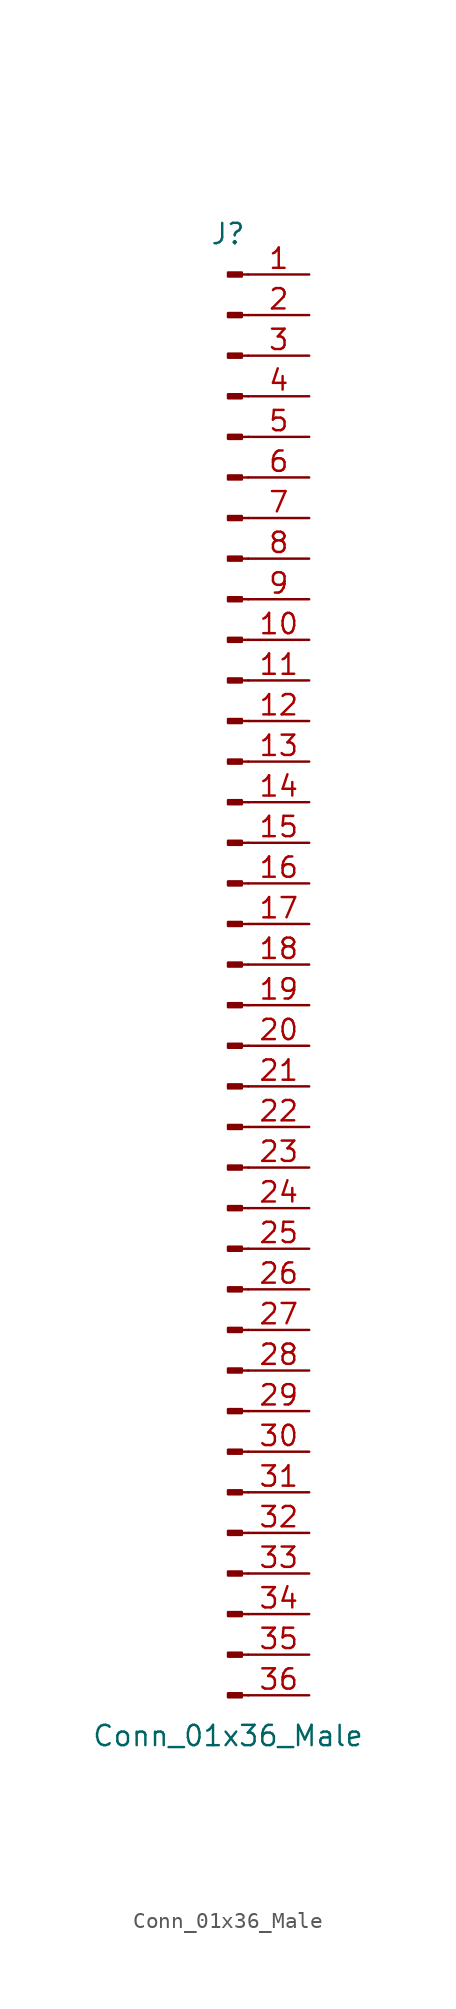
<source format=kicad_sym>
(kicad_symbol_lib
  (version 20220914)
  (generator kicad_symbol_editor)
  (symbol "Conn_01x36_Male"
    (pin_names
      (offset 1.016) hide)
    (property "Reference" "J"
      (at 0 45.72 0)
      (effects (font (size 1.27 1.27))))
    (property "Value" "Conn_01x36_Male"
      (at 0 -48.26 0)
      (effects (font (size 1.27 1.27))))
    (symbol "Conn_01x36_Male_1_1"
      (polyline (pts (xy 1.27 -45.72) (xy 0.864 -45.72)) (stroke (width 0.152) (type default)) (fill (type none)))
      (polyline (pts (xy 1.27 -43.18) (xy 0.864 -43.18)) (stroke (width 0.152) (type default)) (fill (type none)))
      (polyline (pts (xy 1.27 -40.64) (xy 0.864 -40.64)) (stroke (width 0.152) (type default)) (fill (type none)))
      (polyline (pts (xy 1.27 -38.1) (xy 0.864 -38.1)) (stroke (width 0.152) (type default)) (fill (type none)))
      (polyline (pts (xy 1.27 -35.56) (xy 0.864 -35.56)) (stroke (width 0.152) (type default)) (fill (type none)))
      (polyline (pts (xy 1.27 -33.02) (xy 0.864 -33.02)) (stroke (width 0.152) (type default)) (fill (type none)))
      (polyline (pts (xy 1.27 -30.48) (xy 0.864 -30.48)) (stroke (width 0.152) (type default)) (fill (type none)))
      (polyline (pts (xy 1.27 -27.94) (xy 0.864 -27.94)) (stroke (width 0.152) (type default)) (fill (type none)))
      (polyline (pts (xy 1.27 -25.4) (xy 0.864 -25.4)) (stroke (width 0.152) (type default)) (fill (type none)))
      (polyline (pts (xy 1.27 -22.86) (xy 0.864 -22.86)) (stroke (width 0.152) (type default)) (fill (type none)))
      (polyline (pts (xy 1.27 -20.32) (xy 0.864 -20.32)) (stroke (width 0.152) (type default)) (fill (type none)))
      (polyline (pts (xy 1.27 -17.78) (xy 0.864 -17.78)) (stroke (width 0.152) (type default)) (fill (type none)))
      (polyline (pts (xy 1.27 -15.24) (xy 0.864 -15.24)) (stroke (width 0.152) (type default)) (fill (type none)))
      (polyline (pts (xy 1.27 -12.7) (xy 0.864 -12.7)) (stroke (width 0.152) (type default)) (fill (type none)))
      (polyline (pts (xy 1.27 -10.16) (xy 0.864 -10.16)) (stroke (width 0.152) (type default)) (fill (type none)))
      (polyline (pts (xy 1.27 -7.62) (xy 0.864 -7.62)) (stroke (width 0.152) (type default)) (fill (type none)))
      (polyline (pts (xy 1.27 -5.08) (xy 0.864 -5.08)) (stroke (width 0.152) (type default)) (fill (type none)))
      (polyline (pts (xy 1.27 -2.54) (xy 0.864 -2.54)) (stroke (width 0.152) (type default)) (fill (type none)))
      (polyline (pts (xy 1.27 0) (xy 0.864 0)) (stroke (width 0.152) (type default)) (fill (type none)))
      (polyline (pts (xy 1.27 2.54) (xy 0.864 2.54)) (stroke (width 0.152) (type default)) (fill (type none)))
      (polyline (pts (xy 1.27 5.08) (xy 0.864 5.08)) (stroke (width 0.152) (type default)) (fill (type none)))
      (polyline (pts (xy 1.27 7.62) (xy 0.864 7.62)) (stroke (width 0.152) (type default)) (fill (type none)))
      (polyline (pts (xy 1.27 10.16) (xy 0.864 10.16)) (stroke (width 0.152) (type default)) (fill (type none)))
      (polyline (pts (xy 1.27 12.7) (xy 0.864 12.7)) (stroke (width 0.152) (type default)) (fill (type none)))
      (polyline (pts (xy 1.27 15.24) (xy 0.864 15.24)) (stroke (width 0.152) (type default)) (fill (type none)))
      (polyline (pts (xy 1.27 17.78) (xy 0.864 17.78)) (stroke (width 0.152) (type default)) (fill (type none)))
      (polyline (pts (xy 1.27 20.32) (xy 0.864 20.32)) (stroke (width 0.152) (type default)) (fill (type none)))
      (polyline (pts (xy 1.27 22.86) (xy 0.864 22.86)) (stroke (width 0.152) (type default)) (fill (type none)))
      (polyline (pts (xy 1.27 25.4) (xy 0.864 25.4)) (stroke (width 0.152) (type default)) (fill (type none)))
      (polyline (pts (xy 1.27 27.94) (xy 0.864 27.94)) (stroke (width 0.152) (type default)) (fill (type none)))
      (polyline (pts (xy 1.27 30.48) (xy 0.864 30.48)) (stroke (width 0.152) (type default)) (fill (type none)))
      (polyline (pts (xy 1.27 33.02) (xy 0.864 33.02)) (stroke (width 0.152) (type default)) (fill (type none)))
      (polyline (pts (xy 1.27 35.56) (xy 0.864 35.56)) (stroke (width 0.152) (type default)) (fill (type none)))
      (polyline (pts (xy 1.27 38.1) (xy 0.864 38.1)) (stroke (width 0.152) (type default)) (fill (type none)))
      (polyline (pts (xy 1.27 40.64) (xy 0.864 40.64)) (stroke (width 0.152) (type default)) (fill (type none)))
      (polyline (pts (xy 1.27 43.18) (xy 0.864 43.18)) (stroke (width 0.152) (type default)) (fill (type none)))
      (rectangle (start 0.864 -45.593) (end 0 -45.847) (stroke (width 0.152) (type default)) (fill (type outline)))
      (rectangle (start 0.864 -43.053) (end 0 -43.307) (stroke (width 0.152) (type default)) (fill (type outline)))
      (rectangle (start 0.864 -40.513) (end 0 -40.767) (stroke (width 0.152) (type default)) (fill (type outline)))
      (rectangle (start 0.864 -37.973) (end 0 -38.227) (stroke (width 0.152) (type default)) (fill (type outline)))
      (rectangle (start 0.864 -35.433) (end 0 -35.687) (stroke (width 0.152) (type default)) (fill (type outline)))
      (rectangle (start 0.864 -32.893) (end 0 -33.147) (stroke (width 0.152) (type default)) (fill (type outline)))
      (rectangle (start 0.864 -30.353) (end 0 -30.607) (stroke (width 0.152) (type default)) (fill (type outline)))
      (rectangle (start 0.864 -27.813) (end 0 -28.067) (stroke (width 0.152) (type default)) (fill (type outline)))
      (rectangle (start 0.864 -25.273) (end 0 -25.527) (stroke (width 0.152) (type default)) (fill (type outline)))
      (rectangle (start 0.864 -22.733) (end 0 -22.987) (stroke (width 0.152) (type default)) (fill (type outline)))
      (rectangle (start 0.864 -20.193) (end 0 -20.447) (stroke (width 0.152) (type default)) (fill (type outline)))
      (rectangle (start 0.864 -17.653) (end 0 -17.907) (stroke (width 0.152) (type default)) (fill (type outline)))
      (rectangle (start 0.864 -15.113) (end 0 -15.367) (stroke (width 0.152) (type default)) (fill (type outline)))
      (rectangle (start 0.864 -12.573) (end 0 -12.827) (stroke (width 0.152) (type default)) (fill (type outline)))
      (rectangle (start 0.864 -10.033) (end 0 -10.287) (stroke (width 0.152) (type default)) (fill (type outline)))
      (rectangle (start 0.864 -7.493) (end 0 -7.747) (stroke (width 0.152) (type default)) (fill (type outline)))
      (rectangle (start 0.864 -4.953) (end 0 -5.207) (stroke (width 0.152) (type default)) (fill (type outline)))
      (rectangle (start 0.864 -2.413) (end 0 -2.667) (stroke (width 0.152) (type default)) (fill (type outline)))
      (rectangle (start 0.864 0.127) (end 0 -0.127) (stroke (width 0.152) (type default)) (fill (type outline)))
      (rectangle (start 0.864 2.667) (end 0 2.413) (stroke (width 0.152) (type default)) (fill (type outline)))
      (rectangle (start 0.864 5.207) (end 0 4.953) (stroke (width 0.152) (type default)) (fill (type outline)))
      (rectangle (start 0.864 7.747) (end 0 7.493) (stroke (width 0.152) (type default)) (fill (type outline)))
      (rectangle (start 0.864 10.287) (end 0 10.033) (stroke (width 0.152) (type default)) (fill (type outline)))
      (rectangle (start 0.864 12.827) (end 0 12.573) (stroke (width 0.152) (type default)) (fill (type outline)))
      (rectangle (start 0.864 15.367) (end 0 15.113) (stroke (width 0.152) (type default)) (fill (type outline)))
      (rectangle (start 0.864 17.907) (end 0 17.653) (stroke (width 0.152) (type default)) (fill (type outline)))
      (rectangle (start 0.864 20.447) (end 0 20.193) (stroke (width 0.152) (type default)) (fill (type outline)))
      (rectangle (start 0.864 22.987) (end 0 22.733) (stroke (width 0.152) (type default)) (fill (type outline)))
      (rectangle (start 0.864 25.527) (end 0 25.273) (stroke (width 0.152) (type default)) (fill (type outline)))
      (rectangle (start 0.864 28.067) (end 0 27.813) (stroke (width 0.152) (type default)) (fill (type outline)))
      (rectangle (start 0.864 30.607) (end 0 30.353) (stroke (width 0.152) (type default)) (fill (type outline)))
      (rectangle (start 0.864 33.147) (end 0 32.893) (stroke (width 0.152) (type default)) (fill (type outline)))
      (rectangle (start 0.864 35.687) (end 0 35.433) (stroke (width 0.152) (type default)) (fill (type outline)))
      (rectangle (start 0.864 38.227) (end 0 37.973) (stroke (width 0.152) (type default)) (fill (type outline)))
      (rectangle (start 0.864 40.767) (end 0 40.513) (stroke (width 0.152) (type default)) (fill (type outline)))
      (rectangle (start 0.864 43.307) (end 0 43.053) (stroke (width 0.152) (type default)) (fill (type outline)))
      (pin passive line (at 5.08 43.18 180) (length 3.81) (name "Pin_1" (effects (font (size 1.27 1.27)))) (number "1" (effects (font (size 1.27 1.27)))))
      (pin passive line (at 5.08 20.32 180) (length 3.81) (name "Pin_10" (effects (font (size 1.27 1.27)))) (number "10" (effects (font (size 1.27 1.27)))))
      (pin passive line (at 5.08 17.78 180) (length 3.81) (name "Pin_11" (effects (font (size 1.27 1.27)))) (number "11" (effects (font (size 1.27 1.27)))))
      (pin passive line (at 5.08 15.24 180) (length 3.81) (name "Pin_12" (effects (font (size 1.27 1.27)))) (number "12" (effects (font (size 1.27 1.27)))))
      (pin passive line (at 5.08 12.7 180) (length 3.81) (name "Pin_13" (effects (font (size 1.27 1.27)))) (number "13" (effects (font (size 1.27 1.27)))))
      (pin passive line (at 5.08 10.16 180) (length 3.81) (name "Pin_14" (effects (font (size 1.27 1.27)))) (number "14" (effects (font (size 1.27 1.27)))))
      (pin passive line (at 5.08 7.62 180) (length 3.81) (name "Pin_15" (effects (font (size 1.27 1.27)))) (number "15" (effects (font (size 1.27 1.27)))))
      (pin passive line (at 5.08 5.08 180) (length 3.81) (name "Pin_16" (effects (font (size 1.27 1.27)))) (number "16" (effects (font (size 1.27 1.27)))))
      (pin passive line (at 5.08 2.54 180) (length 3.81) (name "Pin_17" (effects (font (size 1.27 1.27)))) (number "17" (effects (font (size 1.27 1.27)))))
      (pin passive line (at 5.08 0 180) (length 3.81) (name "Pin_18" (effects (font (size 1.27 1.27)))) (number "18" (effects (font (size 1.27 1.27)))))
      (pin passive line (at 5.08 -2.54 180) (length 3.81) (name "Pin_19" (effects (font (size 1.27 1.27)))) (number "19" (effects (font (size 1.27 1.27)))))
      (pin passive line (at 5.08 40.64 180) (length 3.81) (name "Pin_2" (effects (font (size 1.27 1.27)))) (number "2" (effects (font (size 1.27 1.27)))))
      (pin passive line (at 5.08 -5.08 180) (length 3.81) (name "Pin_20" (effects (font (size 1.27 1.27)))) (number "20" (effects (font (size 1.27 1.27)))))
      (pin passive line (at 5.08 -7.62 180) (length 3.81) (name "Pin_21" (effects (font (size 1.27 1.27)))) (number "21" (effects (font (size 1.27 1.27)))))
      (pin passive line (at 5.08 -10.16 180) (length 3.81) (name "Pin_22" (effects (font (size 1.27 1.27)))) (number "22" (effects (font (size 1.27 1.27)))))
      (pin passive line (at 5.08 -12.7 180) (length 3.81) (name "Pin_23" (effects (font (size 1.27 1.27)))) (number "23" (effects (font (size 1.27 1.27)))))
      (pin passive line (at 5.08 -15.24 180) (length 3.81) (name "Pin_24" (effects (font (size 1.27 1.27)))) (number "24" (effects (font (size 1.27 1.27)))))
      (pin passive line (at 5.08 -17.78 180) (length 3.81) (name "Pin_25" (effects (font (size 1.27 1.27)))) (number "25" (effects (font (size 1.27 1.27)))))
      (pin passive line (at 5.08 -20.32 180) (length 3.81) (name "Pin_26" (effects (font (size 1.27 1.27)))) (number "26" (effects (font (size 1.27 1.27)))))
      (pin passive line (at 5.08 -22.86 180) (length 3.81) (name "Pin_27" (effects (font (size 1.27 1.27)))) (number "27" (effects (font (size 1.27 1.27)))))
      (pin passive line (at 5.08 -25.4 180) (length 3.81) (name "Pin_28" (effects (font (size 1.27 1.27)))) (number "28" (effects (font (size 1.27 1.27)))))
      (pin passive line (at 5.08 -27.94 180) (length 3.81) (name "Pin_29" (effects (font (size 1.27 1.27)))) (number "29" (effects (font (size 1.27 1.27)))))
      (pin passive line (at 5.08 38.1 180) (length 3.81) (name "Pin_3" (effects (font (size 1.27 1.27)))) (number "3" (effects (font (size 1.27 1.27)))))
      (pin passive line (at 5.08 -30.48 180) (length 3.81) (name "Pin_30" (effects (font (size 1.27 1.27)))) (number "30" (effects (font (size 1.27 1.27)))))
      (pin passive line (at 5.08 -33.02 180) (length 3.81) (name "Pin_31" (effects (font (size 1.27 1.27)))) (number "31" (effects (font (size 1.27 1.27)))))
      (pin passive line (at 5.08 -35.56 180) (length 3.81) (name "Pin_32" (effects (font (size 1.27 1.27)))) (number "32" (effects (font (size 1.27 1.27)))))
      (pin passive line (at 5.08 -38.1 180) (length 3.81) (name "Pin_33" (effects (font (size 1.27 1.27)))) (number "33" (effects (font (size 1.27 1.27)))))
      (pin passive line (at 5.08 -40.64 180) (length 3.81) (name "Pin_34" (effects (font (size 1.27 1.27)))) (number "34" (effects (font (size 1.27 1.27)))))
      (pin passive line (at 5.08 -43.18 180) (length 3.81) (name "Pin_35" (effects (font (size 1.27 1.27)))) (number "35" (effects (font (size 1.27 1.27)))))
      (pin passive line (at 5.08 -45.72 180) (length 3.81) (name "Pin_36" (effects (font (size 1.27 1.27)))) (number "36" (effects (font (size 1.27 1.27)))))
      (pin passive line (at 5.08 35.56 180) (length 3.81) (name "Pin_4" (effects (font (size 1.27 1.27)))) (number "4" (effects (font (size 1.27 1.27)))))
      (pin passive line (at 5.08 33.02 180) (length 3.81) (name "Pin_5" (effects (font (size 1.27 1.27)))) (number "5" (effects (font (size 1.27 1.27)))))
      (pin passive line (at 5.08 30.48 180) (length 3.81) (name "Pin_6" (effects (font (size 1.27 1.27)))) (number "6" (effects (font (size 1.27 1.27)))))
      (pin passive line (at 5.08 27.94 180) (length 3.81) (name "Pin_7" (effects (font (size 1.27 1.27)))) (number "7" (effects (font (size 1.27 1.27)))))
      (pin passive line (at 5.08 25.4 180) (length 3.81) (name "Pin_8" (effects (font (size 1.27 1.27)))) (number "8" (effects (font (size 1.27 1.27)))))
      (pin passive line (at 5.08 22.86 180) (length 3.81) (name "Pin_9" (effects (font (size 1.27 1.27)))) (number "9" (effects (font (size 1.27 1.27))))))))
</source>
